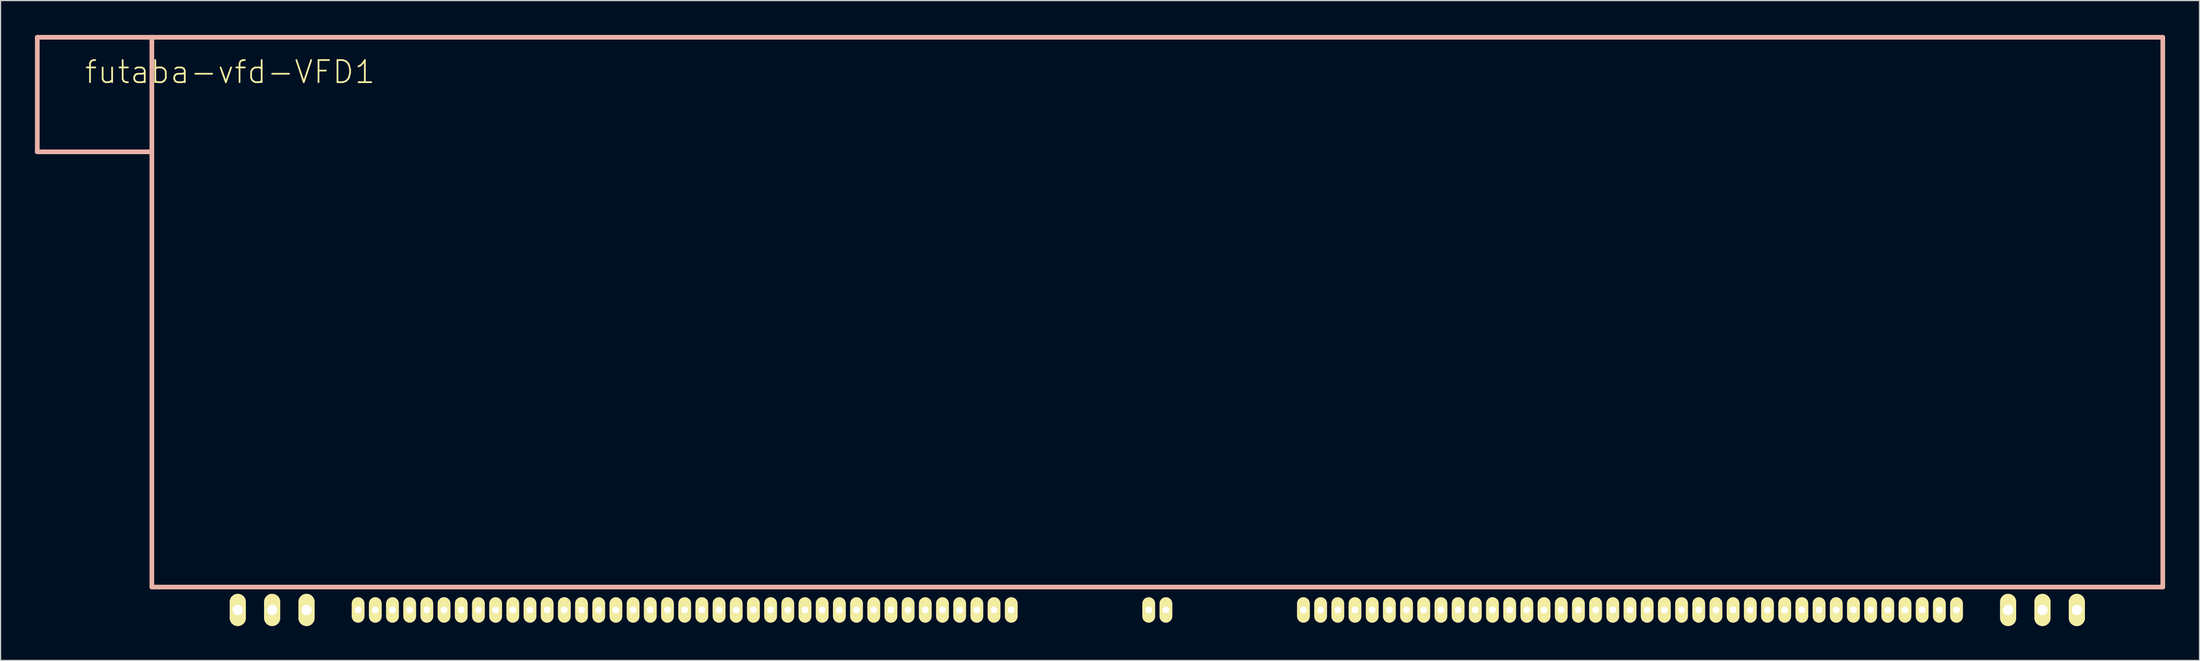
<source format=kicad_pcb>
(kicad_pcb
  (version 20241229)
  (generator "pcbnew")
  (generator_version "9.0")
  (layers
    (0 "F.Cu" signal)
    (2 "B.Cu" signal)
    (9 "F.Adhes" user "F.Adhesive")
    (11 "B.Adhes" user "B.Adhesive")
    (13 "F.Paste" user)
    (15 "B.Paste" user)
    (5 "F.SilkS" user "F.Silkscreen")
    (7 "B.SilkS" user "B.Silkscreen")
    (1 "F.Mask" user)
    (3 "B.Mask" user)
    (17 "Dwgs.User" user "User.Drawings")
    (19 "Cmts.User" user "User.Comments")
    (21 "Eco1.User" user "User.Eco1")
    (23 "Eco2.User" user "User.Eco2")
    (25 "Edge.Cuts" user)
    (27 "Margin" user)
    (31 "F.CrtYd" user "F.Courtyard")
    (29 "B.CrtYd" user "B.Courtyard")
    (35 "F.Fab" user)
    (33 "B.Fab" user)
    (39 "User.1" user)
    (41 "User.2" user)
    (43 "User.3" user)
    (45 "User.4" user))
  (footprint "futaba-vfd-VFD1"
    (layer "F.Cu")
    (at 10.203 48.202)
    (property "Reference" "futaba-vfd-VFD1" (at 6.825 -44.963 0) (layer "F.SilkS") (effects (font (size 1.93 1.93) (thickness 0.152))))
    (attr exclude_from_pos_files exclude_from_bom)
    (fp_line (start -10 -47.998) (end 0 -47.998) (stroke (width 0.406) (type solid)) (layer "B.SilkS"))
    (fp_line (start -10 -37.998) (end -10 -47.998) (stroke (width 0.406) (type solid)) (layer "B.SilkS"))
    (fp_line (start -10 -37.998) (end 0 -37.998) (stroke (width 0.406) (type solid)) (layer "B.SilkS"))
    (fp_line (start 0 -47.998) (end 0 -37.998) (stroke (width 0.406) (type solid)) (layer "B.SilkS"))
    (fp_line (start 0 -37.998) (end 0 0) (stroke (width 0.406) (type solid)) (layer "B.SilkS"))
    (fp_line (start 0 0) (end 175.499 0) (stroke (width 0.406) (type solid)) (layer "B.SilkS"))
    (fp_line (start 175.499 -47.998) (end 0 -47.998) (stroke (width 0.406) (type solid)) (layer "B.SilkS"))
    (fp_line (start 175.499 0) (end 175.499 -47.998) (stroke (width 0.406) (type solid)) (layer "B.SilkS"))
    (pad "A1" thru_hole oval (at 17.998 1.999 180) (size 1.107 2.215) (drill 0.599) (layers "*.Cu" "F.Mask" "F.SilkS" "F.Paste"))
    (pad "A2" thru_hole oval (at 19.5 1.999 180) (size 1.107 2.215) (drill 0.599) (layers "*.Cu" "F.Mask" "F.SilkS" "F.Paste"))
    (pad "A3" thru_hole oval (at 20.998 1.999 180) (size 1.107 2.215) (drill 0.599) (layers "*.Cu" "F.Mask" "F.SilkS" "F.Paste"))
    (pad "A4" thru_hole oval (at 22.499 1.999 180) (size 1.107 2.215) (drill 0.599) (layers "*.Cu" "F.Mask" "F.SilkS" "F.Paste"))
    (pad "A5" thru_hole oval (at 23.998 1.999 180) (size 1.107 2.215) (drill 0.599) (layers "*.Cu" "F.Mask" "F.SilkS" "F.Paste"))
    (pad "A6" thru_hole oval (at 25.499 1.999 180) (size 1.107 2.215) (drill 0.599) (layers "*.Cu" "F.Mask" "F.SilkS" "F.Paste"))
    (pad "A7" thru_hole oval (at 26.998 1.999 180) (size 1.107 2.215) (drill 0.599) (layers "*.Cu" "F.Mask" "F.SilkS" "F.Paste"))
    (pad "A8" thru_hole oval (at 28.499 1.999 180) (size 1.107 2.215) (drill 0.599) (layers "*.Cu" "F.Mask" "F.SilkS" "F.Paste"))
    (pad "A9" thru_hole oval (at 30 1.999 180) (size 1.107 2.215) (drill 0.599) (layers "*.Cu" "F.Mask" "F.SilkS" "F.Paste"))
    (pad "A10" thru_hole oval (at 31.499 1.999 180) (size 1.107 2.215) (drill 0.599) (layers "*.Cu" "F.Mask" "F.SilkS" "F.Paste"))
    (pad "A11" thru_hole oval (at 33 1.999 180) (size 1.107 2.215) (drill 0.599) (layers "*.Cu" "F.Mask" "F.SilkS" "F.Paste"))
    (pad "A12" thru_hole oval (at 34.498 1.999 180) (size 1.107 2.215) (drill 0.599) (layers "*.Cu" "F.Mask" "F.SilkS" "F.Paste"))
    (pad "A13" thru_hole oval (at 35.999 1.999 180) (size 1.107 2.215) (drill 0.599) (layers "*.Cu" "F.Mask" "F.SilkS" "F.Paste"))
    (pad "A14" thru_hole oval (at 37.498 1.999 180) (size 1.107 2.215) (drill 0.599) (layers "*.Cu" "F.Mask" "F.SilkS" "F.Paste"))
    (pad "A15" thru_hole oval (at 38.999 1.999 180) (size 1.107 2.215) (drill 0.599) (layers "*.Cu" "F.Mask" "F.SilkS" "F.Paste"))
    (pad "A16" thru_hole oval (at 40.498 1.999 180) (size 1.107 2.215) (drill 0.599) (layers "*.Cu" "F.Mask" "F.SilkS" "F.Paste"))
    (pad "A17" thru_hole oval (at 41.999 1.999 180) (size 1.107 2.215) (drill 0.599) (layers "*.Cu" "F.Mask" "F.SilkS" "F.Paste"))
    (pad "A18" thru_hole oval (at 43.498 1.999 180) (size 1.107 2.215) (drill 0.599) (layers "*.Cu" "F.Mask" "F.SilkS" "F.Paste"))
    (pad "A19" thru_hole oval (at 131.999 1.999 180) (size 1.107 2.215) (drill 0.599) (layers "*.Cu" "F.Mask" "F.SilkS" "F.Paste"))
    (pad "A20" thru_hole oval (at 133.5 1.999 180) (size 1.107 2.215) (drill 0.599) (layers "*.Cu" "F.Mask" "F.SilkS" "F.Paste"))
    (pad "A21" thru_hole oval (at 134.998 1.999 180) (size 1.107 2.215) (drill 0.599) (layers "*.Cu" "F.Mask" "F.SilkS" "F.Paste"))
    (pad "A22" thru_hole oval (at 136.5 1.999 180) (size 1.107 2.215) (drill 0.599) (layers "*.Cu" "F.Mask" "F.SilkS" "F.Paste"))
    (pad "A23" thru_hole oval (at 137.998 1.999 180) (size 1.107 2.215) (drill 0.599) (layers "*.Cu" "F.Mask" "F.SilkS" "F.Paste"))
    (pad "A24" thru_hole oval (at 139.499 1.999 180) (size 1.107 2.215) (drill 0.599) (layers "*.Cu" "F.Mask" "F.SilkS" "F.Paste"))
    (pad "A25" thru_hole oval (at 140.998 1.999 180) (size 1.107 2.215) (drill 0.599) (layers "*.Cu" "F.Mask" "F.SilkS" "F.Paste"))
    (pad "A26" thru_hole oval (at 142.499 1.999 180) (size 1.107 2.215) (drill 0.599) (layers "*.Cu" "F.Mask" "F.SilkS" "F.Paste"))
    (pad "A27" thru_hole oval (at 143.998 1.999 180) (size 1.107 2.215) (drill 0.599) (layers "*.Cu" "F.Mask" "F.SilkS" "F.Paste"))
    (pad "A28" thru_hole oval (at 145.499 1.999 180) (size 1.107 2.215) (drill 0.599) (layers "*.Cu" "F.Mask" "F.SilkS" "F.Paste"))
    (pad "A29" thru_hole oval (at 147 1.999 180) (size 1.107 2.215) (drill 0.599) (layers "*.Cu" "F.Mask" "F.SilkS" "F.Paste"))
    (pad "A30" thru_hole oval (at 148.499 1.999 180) (size 1.107 2.215) (drill 0.599) (layers "*.Cu" "F.Mask" "F.SilkS" "F.Paste"))
    (pad "A31" thru_hole oval (at 150 1.999 180) (size 1.107 2.215) (drill 0.599) (layers "*.Cu" "F.Mask" "F.SilkS" "F.Paste"))
    (pad "A32" thru_hole oval (at 151.498 1.999 180) (size 1.107 2.215) (drill 0.599) (layers "*.Cu" "F.Mask" "F.SilkS" "F.Paste"))
    (pad "A33" thru_hole oval (at 152.999 1.999 180) (size 1.107 2.215) (drill 0.599) (layers "*.Cu" "F.Mask" "F.SilkS" "F.Paste"))
    (pad "A34" thru_hole oval (at 154.498 1.999 180) (size 1.107 2.215) (drill 0.599) (layers "*.Cu" "F.Mask" "F.SilkS" "F.Paste"))
    (pad "A35" thru_hole oval (at 155.999 1.999 180) (size 1.107 2.215) (drill 0.599) (layers "*.Cu" "F.Mask" "F.SilkS" "F.Paste"))
    (pad "A36" thru_hole oval (at 157.498 1.999 180) (size 1.107 2.215) (drill 0.599) (layers "*.Cu" "F.Mask" "F.SilkS" "F.Paste"))
    (pad "FA1" thru_hole oval (at 7.498 1.999 180) (size 1.407 2.814) (drill 0.899) (layers "*.Cu" "F.Mask" "F.SilkS" "F.Paste"))
    (pad "FA2" thru_hole oval (at 10.498 1.999 180) (size 1.407 2.814) (drill 0.899) (layers "*.Cu" "F.Mask" "F.SilkS" "F.Paste"))
    (pad "FA3" thru_hole oval (at 13.498 1.999 180) (size 1.407 2.814) (drill 0.899) (layers "*.Cu" "F.Mask" "F.SilkS" "F.Paste"))
    (pad "FB1" thru_hole oval (at 161.999 1.999 180) (size 1.407 2.814) (drill 0.899) (layers "*.Cu" "F.Mask" "F.SilkS" "F.Paste"))
    (pad "FB2" thru_hole oval (at 164.998 1.999 180) (size 1.407 2.814) (drill 0.899) (layers "*.Cu" "F.Mask" "F.SilkS" "F.Paste"))
    (pad "FB3" thru_hole oval (at 167.998 1.999 180) (size 1.407 2.814) (drill 0.899) (layers "*.Cu" "F.Mask" "F.SilkS" "F.Paste"))
    (pad "G1" thru_hole oval (at 44.999 1.999 180) (size 1.107 2.215) (drill 0.599) (layers "*.Cu" "F.Mask" "F.SilkS" "F.Paste"))
    (pad "G2" thru_hole oval (at 46.5 1.999 180) (size 1.107 2.215) (drill 0.599) (layers "*.Cu" "F.Mask" "F.SilkS" "F.Paste"))
    (pad "G3" thru_hole oval (at 47.998 1.999 180) (size 1.107 2.215) (drill 0.599) (layers "*.Cu" "F.Mask" "F.SilkS" "F.Paste"))
    (pad "G4" thru_hole oval (at 49.5 1.999 180) (size 1.107 2.215) (drill 0.599) (layers "*.Cu" "F.Mask" "F.SilkS" "F.Paste"))
    (pad "G5" thru_hole oval (at 50.998 1.999 180) (size 1.107 2.215) (drill 0.599) (layers "*.Cu" "F.Mask" "F.SilkS" "F.Paste"))
    (pad "G6" thru_hole oval (at 52.499 1.999 180) (size 1.107 2.215) (drill 0.599) (layers "*.Cu" "F.Mask" "F.SilkS" "F.Paste"))
    (pad "G7" thru_hole oval (at 53.998 1.999 180) (size 1.107 2.215) (drill 0.599) (layers "*.Cu" "F.Mask" "F.SilkS" "F.Paste"))
    (pad "G8" thru_hole oval (at 55.499 1.999 180) (size 1.107 2.215) (drill 0.599) (layers "*.Cu" "F.Mask" "F.SilkS" "F.Paste"))
    (pad "G9" thru_hole oval (at 56.998 1.999 180) (size 1.107 2.215) (drill 0.599) (layers "*.Cu" "F.Mask" "F.SilkS" "F.Paste"))
    (pad "G10" thru_hole oval (at 58.499 1.999 180) (size 1.107 2.215) (drill 0.599) (layers "*.Cu" "F.Mask" "F.SilkS" "F.Paste"))
    (pad "G11" thru_hole oval (at 60 1.999 180) (size 1.107 2.215) (drill 0.599) (layers "*.Cu" "F.Mask" "F.SilkS" "F.Paste"))
    (pad "G12" thru_hole oval (at 61.498 1.999 180) (size 1.107 2.215) (drill 0.599) (layers "*.Cu" "F.Mask" "F.SilkS" "F.Paste"))
    (pad "G13" thru_hole oval (at 63 1.999 180) (size 1.107 2.215) (drill 0.599) (layers "*.Cu" "F.Mask" "F.SilkS" "F.Paste"))
    (pad "G14" thru_hole oval (at 64.498 1.999 180) (size 1.107 2.215) (drill 0.599) (layers "*.Cu" "F.Mask" "F.SilkS" "F.Paste"))
    (pad "G15" thru_hole oval (at 65.999 1.999 180) (size 1.107 2.215) (drill 0.599) (layers "*.Cu" "F.Mask" "F.SilkS" "F.Paste"))
    (pad "G16" thru_hole oval (at 67.498 1.999 180) (size 1.107 2.215) (drill 0.599) (layers "*.Cu" "F.Mask" "F.SilkS" "F.Paste"))
    (pad "G17" thru_hole oval (at 68.999 1.999 180) (size 1.107 2.215) (drill 0.599) (layers "*.Cu" "F.Mask" "F.SilkS" "F.Paste"))
    (pad "G18" thru_hole oval (at 70.498 1.999 180) (size 1.107 2.215) (drill 0.599) (layers "*.Cu" "F.Mask" "F.SilkS" "F.Paste"))
    (pad "G19" thru_hole oval (at 71.999 1.999 180) (size 1.107 2.215) (drill 0.599) (layers "*.Cu" "F.Mask" "F.SilkS" "F.Paste"))
    (pad "G20" thru_hole oval (at 73.5 1.999 180) (size 1.107 2.215) (drill 0.599) (layers "*.Cu" "F.Mask" "F.SilkS" "F.Paste"))
    (pad "G21" thru_hole oval (at 101.999 1.999 180) (size 1.107 2.215) (drill 0.599) (layers "*.Cu" "F.Mask" "F.SilkS" "F.Paste"))
    (pad "G22" thru_hole oval (at 103.5 1.999 180) (size 1.107 2.215) (drill 0.599) (layers "*.Cu" "F.Mask" "F.SilkS" "F.Paste"))
    (pad "G23" thru_hole oval (at 104.999 1.999 180) (size 1.107 2.215) (drill 0.599) (layers "*.Cu" "F.Mask" "F.SilkS" "F.Paste"))
    (pad "G24" thru_hole oval (at 106.5 1.999 180) (size 1.107 2.215) (drill 0.599) (layers "*.Cu" "F.Mask" "F.SilkS" "F.Paste"))
    (pad "G25" thru_hole oval (at 107.998 1.999 180) (size 1.107 2.215) (drill 0.599) (layers "*.Cu" "F.Mask" "F.SilkS" "F.Paste"))
    (pad "G26" thru_hole oval (at 109.499 1.999 180) (size 1.107 2.215) (drill 0.599) (layers "*.Cu" "F.Mask" "F.SilkS" "F.Paste"))
    (pad "G27" thru_hole oval (at 110.998 1.999 180) (size 1.107 2.215) (drill 0.599) (layers "*.Cu" "F.Mask" "F.SilkS" "F.Paste"))
    (pad "G28" thru_hole oval (at 112.499 1.999 180) (size 1.107 2.215) (drill 0.599) (layers "*.Cu" "F.Mask" "F.SilkS" "F.Paste"))
    (pad "G29" thru_hole oval (at 113.998 1.999 180) (size 1.107 2.215) (drill 0.599) (layers "*.Cu" "F.Mask" "F.SilkS" "F.Paste"))
    (pad "G30" thru_hole oval (at 115.499 1.999 180) (size 1.107 2.215) (drill 0.599) (layers "*.Cu" "F.Mask" "F.SilkS" "F.Paste"))
    (pad "G31" thru_hole oval (at 116.997 1.999 180) (size 1.107 2.215) (drill 0.599) (layers "*.Cu" "F.Mask" "F.SilkS" "F.Paste"))
    (pad "G32" thru_hole oval (at 118.499 1.999 180) (size 1.107 2.215) (drill 0.599) (layers "*.Cu" "F.Mask" "F.SilkS" "F.Paste"))
    (pad "G33" thru_hole oval (at 120 1.999 180) (size 1.107 2.215) (drill 0.599) (layers "*.Cu" "F.Mask" "F.SilkS" "F.Paste"))
    (pad "G34" thru_hole oval (at 121.498 1.999 180) (size 1.107 2.215) (drill 0.599) (layers "*.Cu" "F.Mask" "F.SilkS" "F.Paste"))
    (pad "G35" thru_hole oval (at 122.999 1.999 180) (size 1.107 2.215) (drill 0.599) (layers "*.Cu" "F.Mask" "F.SilkS" "F.Paste"))
    (pad "G36" thru_hole oval (at 124.498 1.999 180) (size 1.107 2.215) (drill 0.599) (layers "*.Cu" "F.Mask" "F.SilkS" "F.Paste"))
    (pad "G37" thru_hole oval (at 125.999 1.999 180) (size 1.107 2.215) (drill 0.599) (layers "*.Cu" "F.Mask" "F.SilkS" "F.Paste"))
    (pad "G38" thru_hole oval (at 127.498 1.999 180) (size 1.107 2.215) (drill 0.599) (layers "*.Cu" "F.Mask" "F.SilkS" "F.Paste"))
    (pad "G39" thru_hole oval (at 128.999 1.999 180) (size 1.107 2.215) (drill 0.599) (layers "*.Cu" "F.Mask" "F.SilkS" "F.Paste"))
    (pad "G40" thru_hole oval (at 130.498 1.999 180) (size 1.107 2.215) (drill 0.599) (layers "*.Cu" "F.Mask" "F.SilkS" "F.Paste"))
    (pad "NC1" thru_hole oval (at 74.999 1.999 180) (size 1.107 2.215) (drill 0.599) (layers "*.Cu" "F.Mask" "F.SilkS" "F.Paste"))
    (pad "NC2" thru_hole oval (at 86.998 1.999 180) (size 1.107 2.215) (drill 0.599) (layers "*.Cu" "F.Mask" "F.SilkS" "F.Paste"))
    (pad "NC3" thru_hole oval (at 88.499 1.999 180) (size 1.107 2.215) (drill 0.599) (layers "*.Cu" "F.Mask" "F.SilkS" "F.Paste"))
    (pad "NC4" thru_hole oval (at 100.498 1.999 180) (size 1.107 2.215) (drill 0.599) (layers "*.Cu" "F.Mask" "F.SilkS" "F.Paste")))
  (gr_rect
    (start -3 -3)
    (end 188.905 54.608)
    (stroke (width 0.1) (type default))
    (fill no)
    (layer "Edge.Cuts")))
</source>
